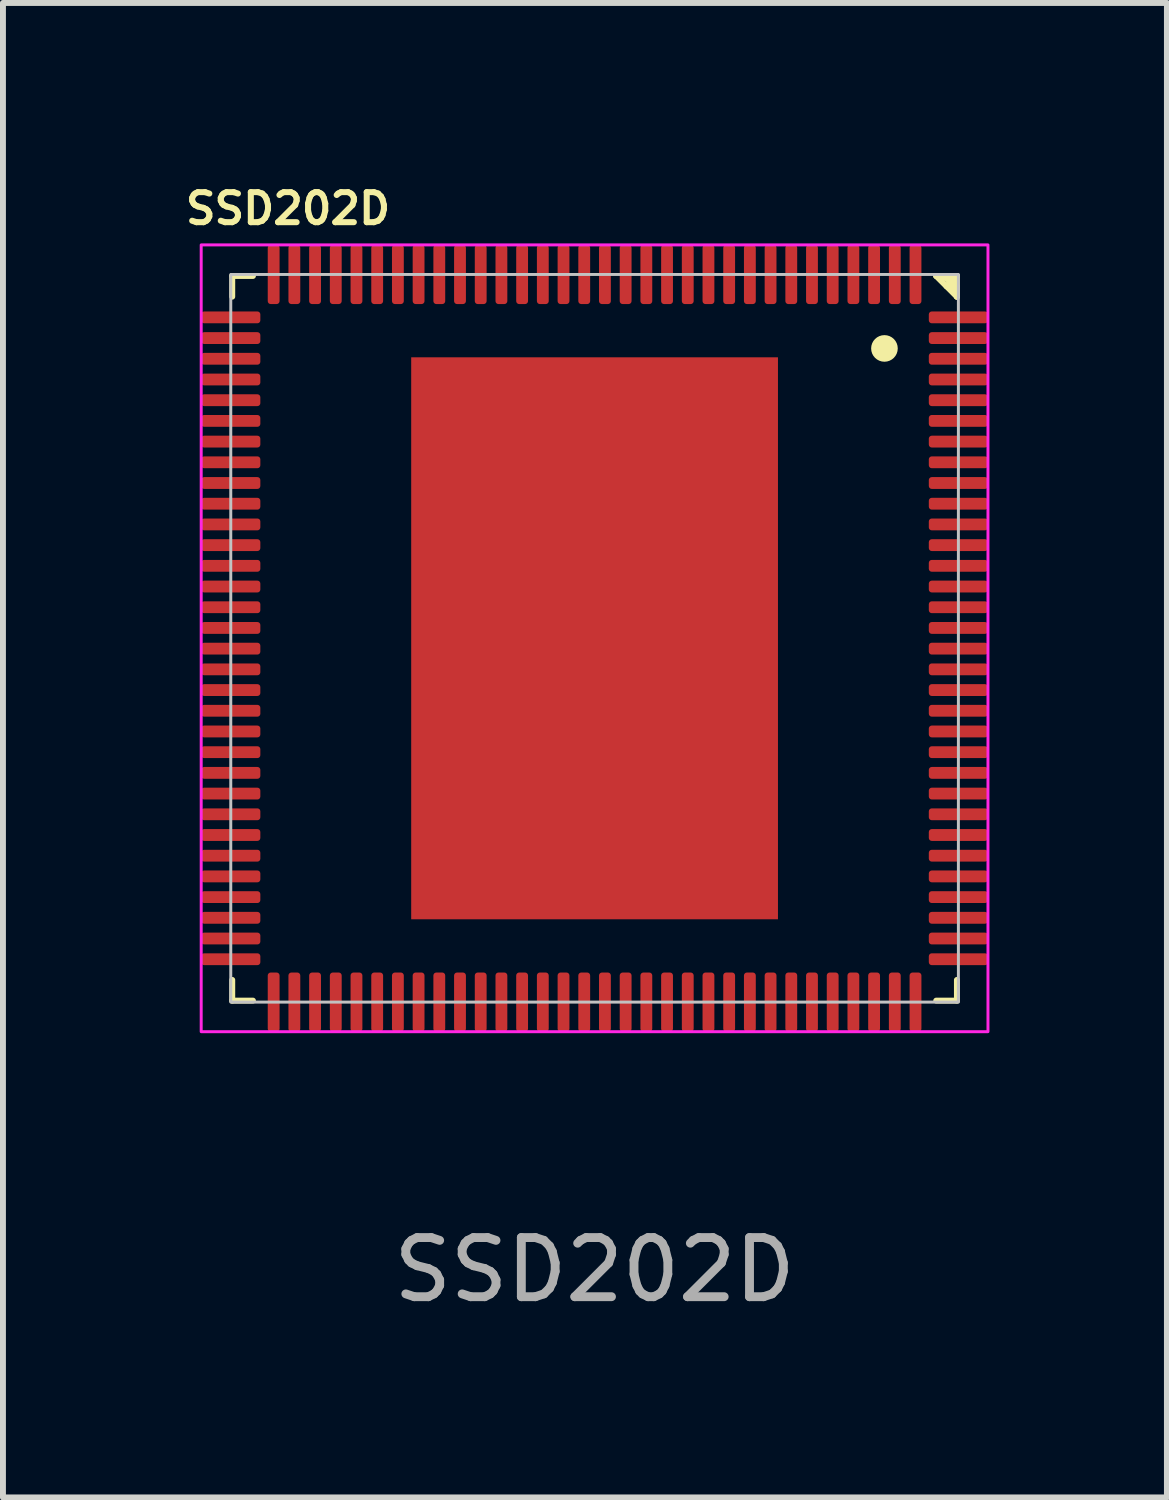
<source format=kicad_pcb>
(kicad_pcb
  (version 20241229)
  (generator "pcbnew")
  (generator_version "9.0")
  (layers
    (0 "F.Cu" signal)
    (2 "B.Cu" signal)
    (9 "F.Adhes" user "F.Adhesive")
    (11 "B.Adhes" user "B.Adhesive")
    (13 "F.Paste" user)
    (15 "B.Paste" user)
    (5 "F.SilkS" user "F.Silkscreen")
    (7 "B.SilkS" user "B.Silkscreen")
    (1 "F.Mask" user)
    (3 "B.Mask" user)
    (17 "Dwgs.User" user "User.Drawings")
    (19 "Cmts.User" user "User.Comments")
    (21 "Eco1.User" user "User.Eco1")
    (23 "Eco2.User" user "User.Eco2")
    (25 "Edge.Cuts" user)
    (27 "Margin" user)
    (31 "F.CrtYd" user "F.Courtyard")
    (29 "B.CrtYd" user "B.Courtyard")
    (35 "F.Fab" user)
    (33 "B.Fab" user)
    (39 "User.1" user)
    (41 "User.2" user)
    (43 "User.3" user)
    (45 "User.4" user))
  (footprint "SSD202D"
    (layer "F.Cu")
    (at 7.001 7.74)
    (property "Reference" "SSD202D" (at -5.182 -7.264 0) (unlocked yes) (layer "F.SilkS") (effects (font (size 0.508 0.508) (thickness 0.102) (bold yes))))
    (attr smd)
    (fp_line (start -6.125 -6.125) (end -6.125 -5.775) (stroke (width 0.1) (type default)) (layer "F.SilkS"))
    (fp_line (start -6.125 -6.125) (end -5.775 -6.125) (stroke (width 0.1) (type default)) (layer "F.SilkS"))
    (fp_line (start -6.125 6.125) (end -6.125 5.775) (stroke (width 0.1) (type default)) (layer "F.SilkS"))
    (fp_line (start -6.125 6.125) (end -5.775 6.125) (stroke (width 0.1) (type default)) (layer "F.SilkS"))
    (fp_line (start 5.862 -6.125) (end 6.037 -6.037) (stroke (width 0.1) (type default)) (layer "F.SilkS"))
    (fp_line (start 5.95 -6.125) (end 5.775 -6.125) (stroke (width 0.1) (type default)) (layer "F.SilkS"))
    (fp_line (start 5.95 -6.125) (end 6.125 -5.95) (stroke (width 0.1) (type default)) (layer "F.SilkS"))
    (fp_line (start 5.95 -5.95) (end 6.125 -6.125) (stroke (width 0.1) (type default)) (layer "F.SilkS"))
    (fp_line (start 6.125 -6.125) (end 5.775 -6.125) (stroke (width 0.1) (type default)) (layer "F.SilkS"))
    (fp_line (start 6.125 -6.125) (end 6.125 -5.775) (stroke (width 0.1) (type default)) (layer "F.SilkS"))
    (fp_line (start 6.125 -5.95) (end 6.125 -5.775) (stroke (width 0.1) (type default)) (layer "F.SilkS"))
    (fp_line (start 6.125 -5.775) (end 5.775 -6.125) (stroke (width 0.1) (type default)) (layer "F.SilkS"))
    (fp_line (start 6.125 -5.775) (end 5.95 -6.125) (stroke (width 0.1) (type default)) (layer "F.SilkS"))
    (fp_line (start 6.125 6.125) (end 5.775 6.125) (stroke (width 0.1) (type default)) (layer "F.SilkS"))
    (fp_line (start 6.125 6.125) (end 6.125 5.775) (stroke (width 0.1) (type default)) (layer "F.SilkS"))
    (fp_circle (center 4.9 -4.9) (end 5.075 -4.9) (stroke (width 0.1) (type solid)) (fill yes) (layer "F.SilkS"))
    (fp_rect (start -6.15 -6.15) (end 6.15 6.15) (stroke (width 0.05) (type default)) (fill no) (layer "Dwgs.User"))
    (fp_rect (start -6.65 -6.65) (end 6.65 6.65) (stroke (width 0.05) (type default)) (fill no) (layer "F.CrtYd"))
    (fp_text user "${REFERENCE}" (at 0 10.675 0) (unlocked yes) (layer "F.Fab") (effects (font (size 1 1) (thickness 0.15))))
    (pad "1" smd roundrect (at 5.425 -6.15) (size 0.2 1) (layers "F.Cu" "F.Mask" "F.Paste") (roundrect_rratio 0.25))
    (pad "2" smd roundrect (at 5.075 -6.15) (size 0.2 1) (layers "F.Cu" "F.Mask" "F.Paste") (roundrect_rratio 0.25))
    (pad "3" smd roundrect (at 4.725 -6.15) (size 0.2 1) (layers "F.Cu" "F.Mask" "F.Paste") (roundrect_rratio 0.25))
    (pad "4" smd roundrect (at 4.375 -6.15) (size 0.2 1) (layers "F.Cu" "F.Mask" "F.Paste") (roundrect_rratio 0.25))
    (pad "5" smd roundrect (at 4.025 -6.15) (size 0.2 1) (layers "F.Cu" "F.Mask" "F.Paste") (roundrect_rratio 0.25))
    (pad "6" smd roundrect (at 3.675 -6.15) (size 0.2 1) (layers "F.Cu" "F.Mask" "F.Paste") (roundrect_rratio 0.25))
    (pad "7" smd roundrect (at 3.325 -6.15 180) (size 0.2 1) (layers "F.Cu" "F.Mask" "F.Paste") (roundrect_rratio 0.25))
    (pad "8" smd roundrect (at 2.975 -6.15) (size 0.2 1) (layers "F.Cu" "F.Mask" "F.Paste") (roundrect_rratio 0.25))
    (pad "9" smd roundrect (at 2.625 -6.15) (size 0.2 1) (layers "F.Cu" "F.Mask" "F.Paste") (roundrect_rratio 0.25))
    (pad "10" smd roundrect (at 2.275 -6.15) (size 0.2 1) (layers "F.Cu" "F.Mask" "F.Paste") (roundrect_rratio 0.25))
    (pad "11" smd roundrect (at 1.925 -6.15) (size 0.2 1) (layers "F.Cu" "F.Mask" "F.Paste") (roundrect_rratio 0.25))
    (pad "12" smd roundrect (at 1.575 -6.15) (size 0.2 1) (layers "F.Cu" "F.Mask" "F.Paste") (roundrect_rratio 0.25))
    (pad "13" smd roundrect (at 1.225 -6.15) (size 0.2 1) (layers "F.Cu" "F.Mask" "F.Paste") (roundrect_rratio 0.25))
    (pad "14" smd roundrect (at 0.875 -6.15) (size 0.2 1) (layers "F.Cu" "F.Mask" "F.Paste") (roundrect_rratio 0.25))
    (pad "15" smd roundrect (at 0.525 -6.15) (size 0.2 1) (layers "F.Cu" "F.Mask" "F.Paste") (roundrect_rratio 0.25))
    (pad "16" smd roundrect (at 0.175 -6.15) (size 0.2 1) (layers "F.Cu" "F.Mask" "F.Paste") (roundrect_rratio 0.25))
    (pad "17" smd roundrect (at -0.175 -6.15) (size 0.2 1) (layers "F.Cu" "F.Mask" "F.Paste") (roundrect_rratio 0.25))
    (pad "18" smd roundrect (at -0.525 -6.15 180) (size 0.2 1) (layers "F.Cu" "F.Mask" "F.Paste") (roundrect_rratio 0.25))
    (pad "19" smd roundrect (at -0.875 -6.15) (size 0.2 1) (layers "F.Cu" "F.Mask" "F.Paste") (roundrect_rratio 0.25))
    (pad "20" smd roundrect (at -1.225 -6.15) (size 0.2 1) (layers "F.Cu" "F.Mask" "F.Paste") (roundrect_rratio 0.25))
    (pad "21" smd roundrect (at -1.575 -6.15) (size 0.2 1) (layers "F.Cu" "F.Mask" "F.Paste") (roundrect_rratio 0.25))
    (pad "22" smd roundrect (at -1.925 -6.15) (size 0.2 1) (layers "F.Cu" "F.Mask" "F.Paste") (roundrect_rratio 0.25))
    (pad "23" smd roundrect (at -2.275 -6.15) (size 0.2 1) (layers "F.Cu" "F.Mask" "F.Paste") (roundrect_rratio 0.25))
    (pad "24" smd roundrect (at -2.625 -6.15) (size 0.2 1) (layers "F.Cu" "F.Mask" "F.Paste") (roundrect_rratio 0.25))
    (pad "25" smd roundrect (at -2.975 -6.15) (size 0.2 1) (layers "F.Cu" "F.Mask" "F.Paste") (roundrect_rratio 0.25))
    (pad "26" smd roundrect (at -3.325 -6.15) (size 0.2 1) (layers "F.Cu" "F.Mask" "F.Paste") (roundrect_rratio 0.25))
    (pad "27" smd roundrect (at -3.675 -6.15 180) (size 0.2 1) (layers "F.Cu" "F.Mask" "F.Paste") (roundrect_rratio 0.25))
    (pad "28" smd roundrect (at -4.025 -6.15) (size 0.2 1) (layers "F.Cu" "F.Mask" "F.Paste") (roundrect_rratio 0.25))
    (pad "29" smd roundrect (at -4.375 -6.15) (size 0.2 1) (layers "F.Cu" "F.Mask" "F.Paste") (roundrect_rratio 0.25))
    (pad "30" smd roundrect (at -4.725 -6.15) (size 0.2 1) (layers "F.Cu" "F.Mask" "F.Paste") (roundrect_rratio 0.25))
    (pad "31" smd roundrect (at -5.075 -6.15) (size 0.2 1) (layers "F.Cu" "F.Mask" "F.Paste") (roundrect_rratio 0.25))
    (pad "32" smd roundrect (at -5.425 -6.15) (size 0.2 1) (layers "F.Cu" "F.Mask" "F.Paste") (roundrect_rratio 0.25))
    (pad "33" smd roundrect (at -6.15 -5.425 90) (size 0.2 1) (layers "F.Cu" "F.Mask" "F.Paste") (roundrect_rratio 0.25))
    (pad "34" smd roundrect (at -6.15 -5.075 90) (size 0.2 1) (layers "F.Cu" "F.Mask" "F.Paste") (roundrect_rratio 0.25))
    (pad "35" smd roundrect (at -6.15 -4.725 90) (size 0.2 1) (layers "F.Cu" "F.Mask" "F.Paste") (roundrect_rratio 0.25))
    (pad "36" smd roundrect (at -6.15 -4.375 90) (size 0.2 1) (layers "F.Cu" "F.Mask" "F.Paste") (roundrect_rratio 0.25))
    (pad "37" smd roundrect (at -6.15 -4.025 90) (size 0.2 1) (layers "F.Cu" "F.Mask" "F.Paste") (roundrect_rratio 0.25))
    (pad "38" smd roundrect (at -6.15 -3.675 90) (size 0.2 1) (layers "F.Cu" "F.Mask" "F.Paste") (roundrect_rratio 0.25))
    (pad "39" smd roundrect (at -6.15 -3.325 270) (size 0.2 1) (layers "F.Cu" "F.Mask" "F.Paste") (roundrect_rratio 0.25))
    (pad "40" smd roundrect (at -6.15 -2.975 90) (size 0.2 1) (layers "F.Cu" "F.Mask" "F.Paste") (roundrect_rratio 0.25))
    (pad "41" smd roundrect (at -6.15 -2.625 90) (size 0.2 1) (layers "F.Cu" "F.Mask" "F.Paste") (roundrect_rratio 0.25))
    (pad "42" smd roundrect (at -6.15 -2.275 90) (size 0.2 1) (layers "F.Cu" "F.Mask" "F.Paste") (roundrect_rratio 0.25))
    (pad "43" smd roundrect (at -6.15 -1.925 90) (size 0.2 1) (layers "F.Cu" "F.Mask" "F.Paste") (roundrect_rratio 0.25))
    (pad "44" smd roundrect (at -6.15 -1.575 90) (size 0.2 1) (layers "F.Cu" "F.Mask" "F.Paste") (roundrect_rratio 0.25))
    (pad "45" smd roundrect (at -6.15 -1.225 90) (size 0.2 1) (layers "F.Cu" "F.Mask" "F.Paste") (roundrect_rratio 0.25))
    (pad "46" smd roundrect (at -6.15 -0.875 90) (size 0.2 1) (layers "F.Cu" "F.Mask" "F.Paste") (roundrect_rratio 0.25))
    (pad "47" smd roundrect (at -6.15 -0.525 90) (size 0.2 1) (layers "F.Cu" "F.Mask" "F.Paste") (roundrect_rratio 0.25))
    (pad "48" smd roundrect (at -6.15 -0.175 90) (size 0.2 1) (layers "F.Cu" "F.Mask" "F.Paste") (roundrect_rratio 0.25))
    (pad "49" smd roundrect (at -6.15 0.175 90) (size 0.2 1) (layers "F.Cu" "F.Mask" "F.Paste") (roundrect_rratio 0.25))
    (pad "50" smd roundrect (at -6.15 0.525 270) (size 0.2 1) (layers "F.Cu" "F.Mask" "F.Paste") (roundrect_rratio 0.25))
    (pad "51" smd roundrect (at -6.15 0.875 90) (size 0.2 1) (layers "F.Cu" "F.Mask" "F.Paste") (roundrect_rratio 0.25))
    (pad "52" smd roundrect (at -6.15 1.225 90) (size 0.2 1) (layers "F.Cu" "F.Mask" "F.Paste") (roundrect_rratio 0.25))
    (pad "53" smd roundrect (at -6.15 1.575 90) (size 0.2 1) (layers "F.Cu" "F.Mask" "F.Paste") (roundrect_rratio 0.25))
    (pad "54" smd roundrect (at -6.15 1.925 90) (size 0.2 1) (layers "F.Cu" "F.Mask" "F.Paste") (roundrect_rratio 0.25))
    (pad "55" smd roundrect (at -6.15 2.275 90) (size 0.2 1) (layers "F.Cu" "F.Mask" "F.Paste") (roundrect_rratio 0.25))
    (pad "56" smd roundrect (at -6.15 2.625 90) (size 0.2 1) (layers "F.Cu" "F.Mask" "F.Paste") (roundrect_rratio 0.25))
    (pad "57" smd roundrect (at -6.15 2.975 90) (size 0.2 1) (layers "F.Cu" "F.Mask" "F.Paste") (roundrect_rratio 0.25))
    (pad "58" smd roundrect (at -6.15 3.325 90) (size 0.2 1) (layers "F.Cu" "F.Mask" "F.Paste") (roundrect_rratio 0.25))
    (pad "59" smd roundrect (at -6.15 3.675 270) (size 0.2 1) (layers "F.Cu" "F.Mask" "F.Paste") (roundrect_rratio 0.25))
    (pad "60" smd roundrect (at -6.15 4.025 90) (size 0.2 1) (layers "F.Cu" "F.Mask" "F.Paste") (roundrect_rratio 0.25))
    (pad "61" smd roundrect (at -6.15 4.375 90) (size 0.2 1) (layers "F.Cu" "F.Mask" "F.Paste") (roundrect_rratio 0.25))
    (pad "62" smd roundrect (at -6.15 4.725 90) (size 0.2 1) (layers "F.Cu" "F.Mask" "F.Paste") (roundrect_rratio 0.25))
    (pad "63" smd roundrect (at -6.15 5.075 90) (size 0.2 1) (layers "F.Cu" "F.Mask" "F.Paste") (roundrect_rratio 0.25))
    (pad "64" smd roundrect (at -6.15 5.425 90) (size 0.2 1) (layers "F.Cu" "F.Mask" "F.Paste") (roundrect_rratio 0.25))
    (pad "65" smd roundrect (at -5.425 6.15 180) (size 0.2 1) (layers "F.Cu" "F.Mask" "F.Paste") (roundrect_rratio 0.25))
    (pad "66" smd roundrect (at -5.075 6.15) (size 0.2 1) (layers "F.Cu" "F.Mask" "F.Paste") (roundrect_rratio 0.25))
    (pad "67" smd roundrect (at -4.725 6.15 180) (size 0.2 1) (layers "F.Cu" "F.Mask" "F.Paste") (roundrect_rratio 0.25))
    (pad "68" smd roundrect (at -4.375 6.15) (size 0.2 1) (layers "F.Cu" "F.Mask" "F.Paste") (roundrect_rratio 0.25))
    (pad "69" smd roundrect (at -4.025 6.15 180) (size 0.2 1) (layers "F.Cu" "F.Mask" "F.Paste") (roundrect_rratio 0.25))
    (pad "70" smd roundrect (at -3.675 6.15 180) (size 0.2 1) (layers "F.Cu" "F.Mask" "F.Paste") (roundrect_rratio 0.25))
    (pad "71" smd roundrect (at -3.325 6.15) (size 0.2 1) (layers "F.Cu" "F.Mask" "F.Paste") (roundrect_rratio 0.25))
    (pad "72" smd roundrect (at -2.975 6.15 180) (size 0.2 1) (layers "F.Cu" "F.Mask" "F.Paste") (roundrect_rratio 0.25))
    (pad "73" smd roundrect (at -2.625 6.15 180) (size 0.2 1) (layers "F.Cu" "F.Mask" "F.Paste") (roundrect_rratio 0.25))
    (pad "74" smd roundrect (at -2.275 6.15 180) (size 0.2 1) (layers "F.Cu" "F.Mask" "F.Paste") (roundrect_rratio 0.25))
    (pad "75" smd roundrect (at -1.925 6.15 180) (size 0.2 1) (layers "F.Cu" "F.Mask" "F.Paste") (roundrect_rratio 0.25))
    (pad "76" smd roundrect (at -1.575 6.15 180) (size 0.2 1) (layers "F.Cu" "F.Mask" "F.Paste") (roundrect_rratio 0.25))
    (pad "77" smd roundrect (at -1.225 6.15 180) (size 0.2 1) (layers "F.Cu" "F.Mask" "F.Paste") (roundrect_rratio 0.25))
    (pad "78" smd roundrect (at -0.875 6.15 180) (size 0.2 1) (layers "F.Cu" "F.Mask" "F.Paste") (roundrect_rratio 0.25))
    (pad "79" smd roundrect (at -0.525 6.15 180) (size 0.2 1) (layers "F.Cu" "F.Mask" "F.Paste") (roundrect_rratio 0.25))
    (pad "80" smd roundrect (at -0.175 6.15 180) (size 0.2 1) (layers "F.Cu" "F.Mask" "F.Paste") (roundrect_rratio 0.25))
    (pad "81" smd roundrect (at 0.175 6.15 180) (size 0.2 1) (layers "F.Cu" "F.Mask" "F.Paste") (roundrect_rratio 0.25))
    (pad "82" smd roundrect (at 0.525 6.15) (size 0.2 1) (layers "F.Cu" "F.Mask" "F.Paste") (roundrect_rratio 0.25))
    (pad "83" smd roundrect (at 0.875 6.15 180) (size 0.2 1) (layers "F.Cu" "F.Mask" "F.Paste") (roundrect_rratio 0.25))
    (pad "84" smd roundrect (at 1.225 6.15 180) (size 0.2 1) (layers "F.Cu" "F.Mask" "F.Paste") (roundrect_rratio 0.25))
    (pad "85" smd roundrect (at 1.575 6.15 180) (size 0.2 1) (layers "F.Cu" "F.Mask" "F.Paste") (roundrect_rratio 0.25))
    (pad "86" smd roundrect (at 1.925 6.15 180) (size 0.2 1) (layers "F.Cu" "F.Mask" "F.Paste") (roundrect_rratio 0.25))
    (pad "87" smd roundrect (at 2.275 6.15 180) (size 0.2 1) (layers "F.Cu" "F.Mask" "F.Paste") (roundrect_rratio 0.25))
    (pad "88" smd roundrect (at 2.625 6.15 180) (size 0.2 1) (layers "F.Cu" "F.Mask" "F.Paste") (roundrect_rratio 0.25))
    (pad "89" smd roundrect (at 2.975 6.15 180) (size 0.2 1) (layers "F.Cu" "F.Mask" "F.Paste") (roundrect_rratio 0.25))
    (pad "90" smd roundrect (at 3.325 6.15 180) (size 0.2 1) (layers "F.Cu" "F.Mask" "F.Paste") (roundrect_rratio 0.25))
    (pad "91" smd roundrect (at 3.675 6.15) (size 0.2 1) (layers "F.Cu" "F.Mask" "F.Paste") (roundrect_rratio 0.25))
    (pad "92" smd roundrect (at 4.025 6.15 180) (size 0.2 1) (layers "F.Cu" "F.Mask" "F.Paste") (roundrect_rratio 0.25))
    (pad "93" smd roundrect (at 4.375 6.15 180) (size 0.2 1) (layers "F.Cu" "F.Mask" "F.Paste") (roundrect_rratio 0.25))
    (pad "94" smd roundrect (at 4.725 6.15 180) (size 0.2 1) (layers "F.Cu" "F.Mask" "F.Paste") (roundrect_rratio 0.25))
    (pad "95" smd roundrect (at 5.075 6.15 180) (size 0.2 1) (layers "F.Cu" "F.Mask" "F.Paste") (roundrect_rratio 0.25))
    (pad "96" smd roundrect (at 5.425 6.15 180) (size 0.2 1) (layers "F.Cu" "F.Mask" "F.Paste") (roundrect_rratio 0.25))
    (pad "97" smd roundrect (at 6.15 5.425 90) (size 0.2 1) (layers "F.Cu" "F.Mask" "F.Paste") (roundrect_rratio 0.25))
    (pad "98" smd roundrect (at 6.15 5.075 90) (size 0.2 1) (layers "F.Cu" "F.Mask" "F.Paste") (roundrect_rratio 0.25))
    (pad "99" smd roundrect (at 6.15 4.725 90) (size 0.2 1) (layers "F.Cu" "F.Mask" "F.Paste") (roundrect_rratio 0.25))
    (pad "100" smd roundrect (at 6.15 4.375 90) (size 0.2 1) (layers "F.Cu" "F.Mask" "F.Paste") (roundrect_rratio 0.25))
    (pad "101" smd roundrect (at 6.15 4.025 90) (size 0.2 1) (layers "F.Cu" "F.Mask" "F.Paste") (roundrect_rratio 0.25))
    (pad "102" smd roundrect (at 6.15 3.675 270) (size 0.2 1) (layers "F.Cu" "F.Mask" "F.Paste") (roundrect_rratio 0.25))
    (pad "103" smd roundrect (at 6.15 3.325 90) (size 0.2 1) (layers "F.Cu" "F.Mask" "F.Paste") (roundrect_rratio 0.25))
    (pad "104" smd roundrect (at 6.15 2.975 90) (size 0.2 1) (layers "F.Cu" "F.Mask" "F.Paste") (roundrect_rratio 0.25))
    (pad "105" smd roundrect (at 6.15 2.625 90) (size 0.2 1) (layers "F.Cu" "F.Mask" "F.Paste") (roundrect_rratio 0.25))
    (pad "106" smd roundrect (at 6.15 2.275 90) (size 0.2 1) (layers "F.Cu" "F.Mask" "F.Paste") (roundrect_rratio 0.25))
    (pad "107" smd roundrect (at 6.15 1.925 90) (size 0.2 1) (layers "F.Cu" "F.Mask" "F.Paste") (roundrect_rratio 0.25))
    (pad "108" smd roundrect (at 6.15 1.575 90) (size 0.2 1) (layers "F.Cu" "F.Mask" "F.Paste") (roundrect_rratio 0.25))
    (pad "109" smd roundrect (at 6.15 1.225 90) (size 0.2 1) (layers "F.Cu" "F.Mask" "F.Paste") (roundrect_rratio 0.25))
    (pad "110" smd roundrect (at 6.15 0.875 90) (size 0.2 1) (layers "F.Cu" "F.Mask" "F.Paste") (roundrect_rratio 0.25))
    (pad "111" smd roundrect (at 6.15 0.525 270) (size 0.2 1) (layers "F.Cu" "F.Mask" "F.Paste") (roundrect_rratio 0.25))
    (pad "112" smd roundrect (at 6.15 0.175 90) (size 0.2 1) (layers "F.Cu" "F.Mask" "F.Paste") (roundrect_rratio 0.25))
    (pad "113" smd roundrect (at 6.15 -0.175 90) (size 0.2 1) (layers "F.Cu" "F.Mask" "F.Paste") (roundrect_rratio 0.25))
    (pad "114" smd roundrect (at 6.15 -0.525 90) (size 0.2 1) (layers "F.Cu" "F.Mask" "F.Paste") (roundrect_rratio 0.25))
    (pad "115" smd roundrect (at 6.15 -0.875 90) (size 0.2 1) (layers "F.Cu" "F.Mask" "F.Paste") (roundrect_rratio 0.25))
    (pad "116" smd roundrect (at 6.15 -1.225 90) (size 0.2 1) (layers "F.Cu" "F.Mask" "F.Paste") (roundrect_rratio 0.25))
    (pad "117" smd roundrect (at 6.15 -1.575 90) (size 0.2 1) (layers "F.Cu" "F.Mask" "F.Paste") (roundrect_rratio 0.25))
    (pad "118" smd roundrect (at 6.15 -1.925 90) (size 0.2 1) (layers "F.Cu" "F.Mask" "F.Paste") (roundrect_rratio 0.25))
    (pad "119" smd roundrect (at 6.15 -2.275 90) (size 0.2 1) (layers "F.Cu" "F.Mask" "F.Paste") (roundrect_rratio 0.25))
    (pad "120" smd roundrect (at 6.15 -2.625 90) (size 0.2 1) (layers "F.Cu" "F.Mask" "F.Paste") (roundrect_rratio 0.25))
    (pad "121" smd roundrect (at 6.15 -2.975 90) (size 0.2 1) (layers "F.Cu" "F.Mask" "F.Paste") (roundrect_rratio 0.25))
    (pad "122" smd roundrect (at 6.15 -3.325 270) (size 0.2 1) (layers "F.Cu" "F.Mask" "F.Paste") (roundrect_rratio 0.25))
    (pad "123" smd roundrect (at 6.15 -3.675 90) (size 0.2 1) (layers "F.Cu" "F.Mask" "F.Paste") (roundrect_rratio 0.25))
    (pad "124" smd roundrect (at 6.15 -4.025 90) (size 0.2 1) (layers "F.Cu" "F.Mask" "F.Paste") (roundrect_rratio 0.25))
    (pad "125" smd roundrect (at 6.15 -4.375 90) (size 0.2 1) (layers "F.Cu" "F.Mask" "F.Paste") (roundrect_rratio 0.25))
    (pad "126" smd roundrect (at 6.15 -4.725 90) (size 0.2 1) (layers "F.Cu" "F.Mask" "F.Paste") (roundrect_rratio 0.25))
    (pad "127" smd roundrect (at 6.15 -5.075 90) (size 0.2 1) (layers "F.Cu" "F.Mask" "F.Paste") (roundrect_rratio 0.25))
    (pad "128" smd roundrect (at 6.15 -5.425 90) (size 0.2 1) (layers "F.Cu" "F.Mask" "F.Paste") (roundrect_rratio 0.25))
    (pad "129" smd rect (at 0 0) (size 6.2 9.5) (layers "F.Cu" "F.Mask" "F.Paste")))
  (gr_rect
    (start -3 -3)
    (end 16.676 22.263)
    (stroke (width 0.1) (type default))
    (fill no)
    (layer "Edge.Cuts")))
</source>
